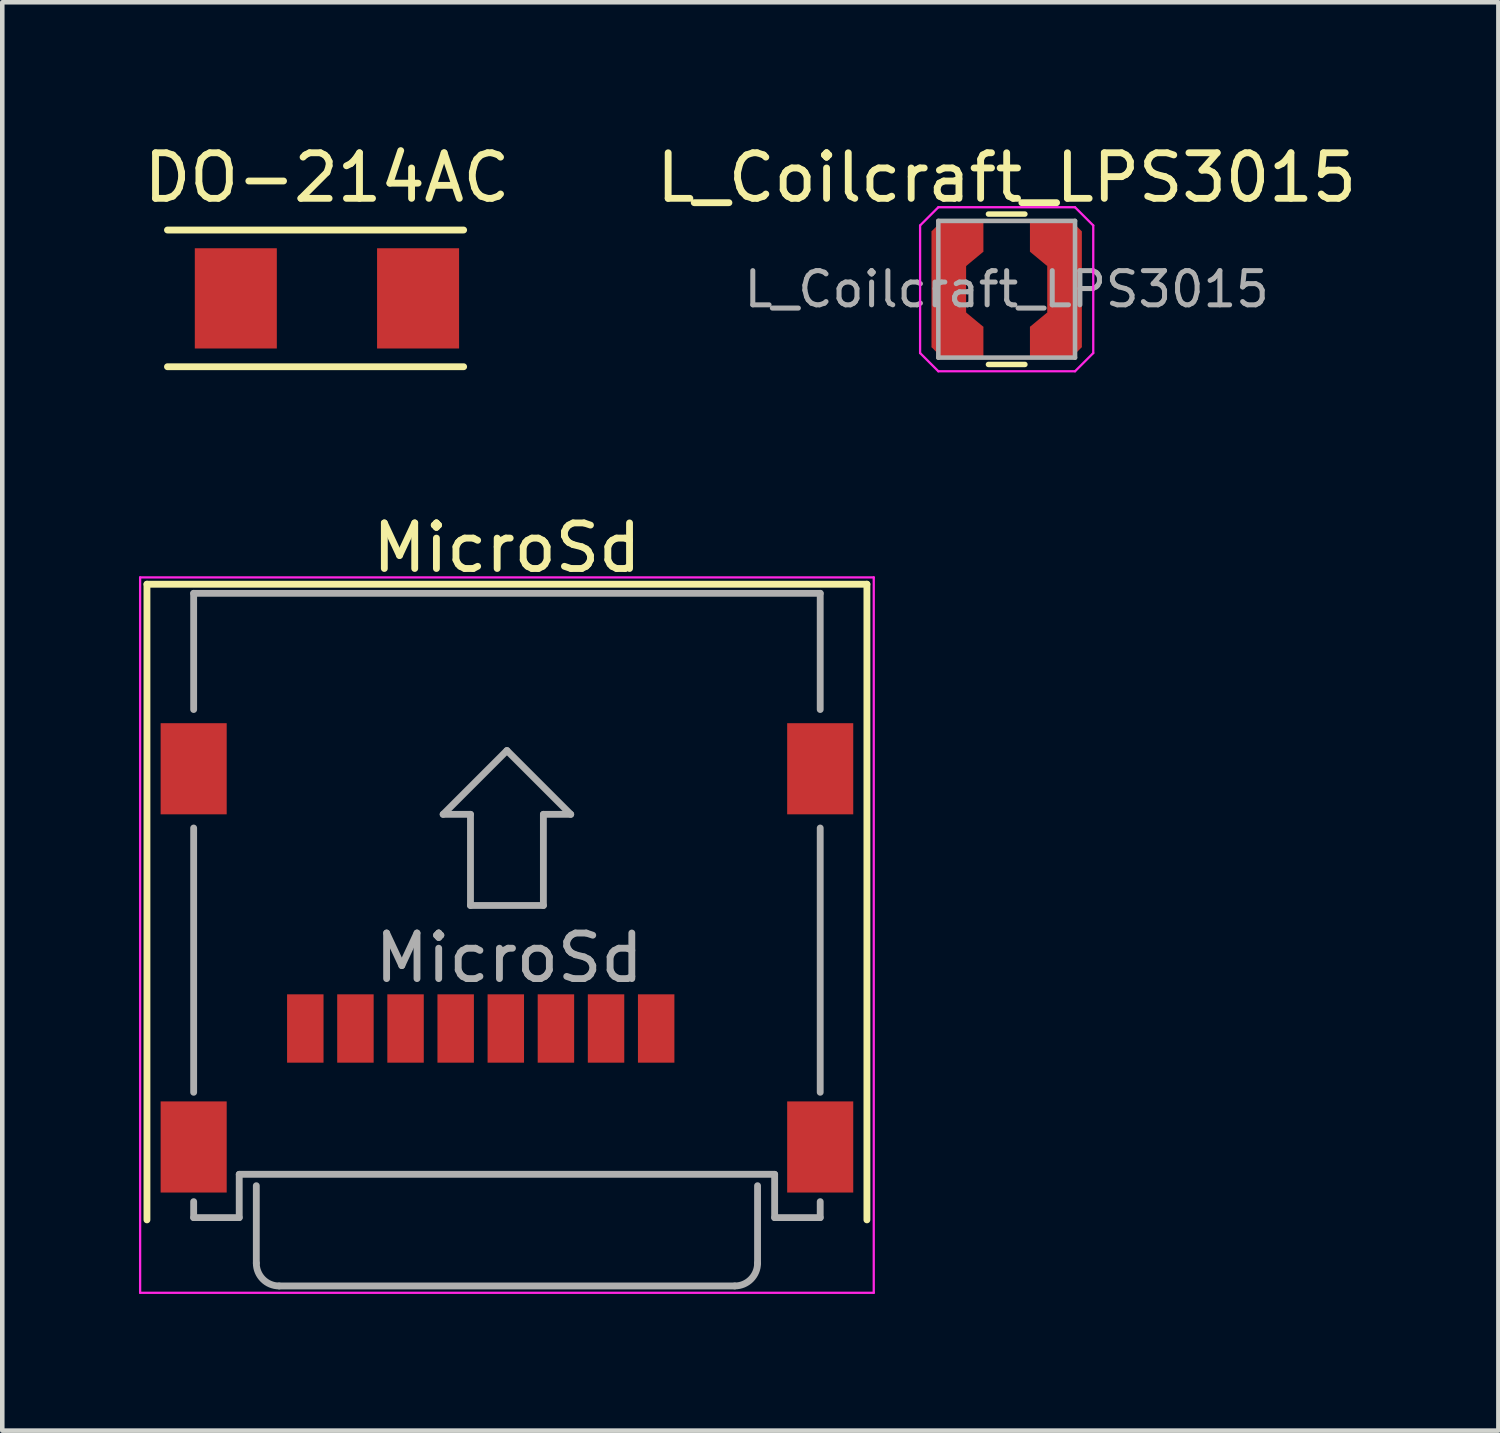
<source format=kicad_pcb>
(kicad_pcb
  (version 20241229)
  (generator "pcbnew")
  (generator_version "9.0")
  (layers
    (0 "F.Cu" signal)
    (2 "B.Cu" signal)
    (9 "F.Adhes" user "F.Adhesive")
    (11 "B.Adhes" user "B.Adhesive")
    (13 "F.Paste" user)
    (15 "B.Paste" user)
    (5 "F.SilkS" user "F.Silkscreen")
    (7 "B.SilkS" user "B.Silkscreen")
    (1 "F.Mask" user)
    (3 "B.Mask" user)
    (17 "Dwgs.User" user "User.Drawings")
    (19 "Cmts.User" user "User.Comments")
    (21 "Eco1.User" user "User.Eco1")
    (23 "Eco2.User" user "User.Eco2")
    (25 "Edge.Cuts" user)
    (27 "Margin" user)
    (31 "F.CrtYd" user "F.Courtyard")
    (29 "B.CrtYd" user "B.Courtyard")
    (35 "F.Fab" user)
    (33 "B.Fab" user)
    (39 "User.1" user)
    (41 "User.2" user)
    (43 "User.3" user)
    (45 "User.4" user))
  (footprint "L_Coilcraft_LPS3015"
    (layer "F.Cu")
    (at 19.042 3.298)
    (property "Reference" "L_Coilcraft_LPS3015" (at 0 -2.45 0) (layer "F.SilkS") (effects (font (size 1 1) (thickness 0.15))))
    (attr smd)
    (fp_line (start -0.4 -1.65) (end 0.4 -1.65) (stroke (width 0.12) (type solid)) (layer "F.SilkS"))
    (fp_line (start -0.4 1.65) (end 0.4 1.65) (stroke (width 0.12) (type solid)) (layer "F.SilkS"))
    (fp_line (start -1.9 -1.4) (end -1.5 -1.8) (stroke (width 0.05) (type solid)) (layer "F.CrtYd"))
    (fp_line (start -1.9 1.4) (end -1.9 -1.4) (stroke (width 0.05) (type solid)) (layer "F.CrtYd"))
    (fp_line (start -1.5 -1.8) (end 1.5 -1.8) (stroke (width 0.05) (type solid)) (layer "F.CrtYd"))
    (fp_line (start -1.5 1.8) (end -1.9 1.4) (stroke (width 0.05) (type solid)) (layer "F.CrtYd"))
    (fp_line (start 1.5 -1.8) (end 1.9 -1.4) (stroke (width 0.05) (type solid)) (layer "F.CrtYd"))
    (fp_line (start 1.5 1.8) (end -1.5 1.8) (stroke (width 0.05) (type solid)) (layer "F.CrtYd"))
    (fp_line (start 1.9 -1.4) (end 1.9 1.4) (stroke (width 0.05) (type solid)) (layer "F.CrtYd"))
    (fp_line (start 1.9 1.4) (end 1.5 1.8) (stroke (width 0.05) (type solid)) (layer "F.CrtYd"))
    (fp_line (start -1.5 1.5) (end -1.5 -1.5) (stroke (width 0.1) (type solid)) (layer "F.Fab"))
    (fp_line (start -1.5 1.5) (end 1.5 1.5) (stroke (width 0.1) (type solid)) (layer "F.Fab"))
    (fp_line (start 1.5 -1.5) (end -1.5 -1.5) (stroke (width 0.1) (type solid)) (layer "F.Fab"))
    (fp_line (start 1.5 1.5) (end 1.5 -1.5) (stroke (width 0.1) (type solid)) (layer "F.Fab"))
    (fp_text user "${REFERENCE}" (at 0 0 0) (layer "F.Fab") (effects (font (size 0.75 0.75) (thickness 0.11))))
    (pad "1" smd rect (at -1.395 -1.27 45) (size 0.361 0.361) (layers "F.Cu" "F.Mask" "F.Paste"))
    (pad "1" smd rect (at -1.395 1.27 45) (size 0.361 0.361) (layers "F.Cu" "F.Mask" "F.Paste"))
    (pad "1" smd rect (at -1.27 0) (size 0.76 2.54) (layers "F.Cu" "F.Mask" "F.Paste"))
    (pad "1" smd rect (at -0.953 -1.175) (size 0.885 0.7) (layers "F.Cu" "F.Mask" "F.Paste"))
    (pad "1" smd rect (at -0.953 1.175) (size 0.885 0.7) (layers "F.Cu" "F.Mask" "F.Paste"))
    (pad "1" smd rect (at -0.858 -0.857 39.7) (size 0.494 0.494) (layers "F.Cu" "F.Mask" "F.Paste"))
    (pad "1" smd rect (at -0.858 0.857 320.3) (size 0.494 0.494) (layers "F.Cu" "F.Mask" "F.Paste"))
    (pad "2" smd rect (at 0.858 -0.857 320.3) (size 0.494 0.494) (layers "F.Cu" "F.Mask" "F.Paste"))
    (pad "2" smd rect (at 0.858 0.857 39.7) (size 0.494 0.494) (layers "F.Cu" "F.Mask" "F.Paste"))
    (pad "2" smd rect (at 0.953 -1.175) (size 0.885 0.7) (layers "F.Cu" "F.Mask" "F.Paste"))
    (pad "2" smd rect (at 0.953 1.175) (size 0.885 0.7) (layers "F.Cu" "F.Mask" "F.Paste"))
    (pad "2" smd rect (at 1.27 0) (size 0.76 2.54) (layers "F.Cu" "F.Mask" "F.Paste"))
    (pad "2" smd rect (at 1.395 -1.27 45) (size 0.361 0.361) (layers "F.Cu" "F.Mask" "F.Paste"))
    (pad "2" smd rect (at 1.395 1.27 45) (size 0.361 0.361) (layers "F.Cu" "F.Mask" "F.Paste")))
  (footprint "MicroSd"
    (layer "F.Cu")
    (at 8.075 17.971)
    (property "Reference" "MicroSd" (at 0 -9 0) (layer "F.SilkS") (effects (font (size 1 1) (thickness 0.15))))
    (attr smd)
    (fp_line (start -7.9 -8.2) (end -7.9 5.75) (stroke (width 0.15) (type solid)) (layer "F.SilkS"))
    (fp_line (start 7.9 -8.2) (end -7.9 -8.2) (stroke (width 0.15) (type solid)) (layer "F.SilkS"))
    (fp_line (start 7.9 5.75) (end 7.9 -8.2) (stroke (width 0.15) (type solid)) (layer "F.SilkS"))
    (fp_line (start -8.05 -8.35) (end 8.05 -8.35) (stroke (width 0.05) (type solid)) (layer "F.CrtYd"))
    (fp_line (start -8.05 7.35) (end -8.05 -8.35) (stroke (width 0.05) (type solid)) (layer "F.CrtYd"))
    (fp_line (start 8.05 -8.35) (end 8.05 7.35) (stroke (width 0.05) (type solid)) (layer "F.CrtYd"))
    (fp_line (start 8.05 7.35) (end -8.05 7.35) (stroke (width 0.05) (type solid)) (layer "F.CrtYd"))
    (fp_line (start -6.875 -8) (end -6.875 -5.45) (stroke (width 0.15) (type solid)) (layer "F.Fab"))
    (fp_line (start -6.875 -2.85) (end -6.875 2.95) (stroke (width 0.15) (type solid)) (layer "F.Fab"))
    (fp_line (start -6.875 5.7) (end -6.875 5.35) (stroke (width 0.15) (type solid)) (layer "F.Fab"))
    (fp_line (start -5.875 4.75) (end -5.875 5.7) (stroke (width 0.15) (type solid)) (layer "F.Fab"))
    (fp_line (start -5.875 5.7) (end -6.875 5.7) (stroke (width 0.15) (type solid)) (layer "F.Fab"))
    (fp_line (start -5.5 6.7) (end -5.5 5) (stroke (width 0.15) (type solid)) (layer "F.Fab"))
    (fp_line (start -1.4 -3.15) (end 0 -4.55) (stroke (width 0.15) (type solid)) (layer "F.Fab"))
    (fp_line (start -0.8 -3.15) (end -1.4 -3.15) (stroke (width 0.15) (type solid)) (layer "F.Fab"))
    (fp_line (start -0.8 -1.15) (end -0.8 -3.15) (stroke (width 0.15) (type solid)) (layer "F.Fab"))
    (fp_line (start 0 -4.55) (end 1.4 -3.15) (stroke (width 0.15) (type solid)) (layer "F.Fab"))
    (fp_line (start 0.8 -3.15) (end 0.8 -1.15) (stroke (width 0.15) (type solid)) (layer "F.Fab"))
    (fp_line (start 0.8 -1.15) (end -0.8 -1.15) (stroke (width 0.15) (type solid)) (layer "F.Fab"))
    (fp_line (start 1.4 -3.15) (end 0.8 -3.15) (stroke (width 0.15) (type solid)) (layer "F.Fab"))
    (fp_line (start 5 7.2) (end -5 7.2) (stroke (width 0.15) (type solid)) (layer "F.Fab"))
    (fp_line (start 5.5 6.7) (end 5.5 5) (stroke (width 0.15) (type solid)) (layer "F.Fab"))
    (fp_line (start 5.875 4.75) (end -5.875 4.75) (stroke (width 0.15) (type solid)) (layer "F.Fab"))
    (fp_line (start 5.875 5.7) (end 5.875 4.75) (stroke (width 0.15) (type solid)) (layer "F.Fab"))
    (fp_line (start 6.875 -8) (end -6.875 -8) (stroke (width 0.15) (type solid)) (layer "F.Fab"))
    (fp_line (start 6.875 -5.45) (end 6.875 -8) (stroke (width 0.15) (type solid)) (layer "F.Fab"))
    (fp_line (start 6.875 -2.85) (end 6.875 2.95) (stroke (width 0.15) (type solid)) (layer "F.Fab"))
    (fp_line (start 6.875 5.35) (end 6.875 5.7) (stroke (width 0.15) (type solid)) (layer "F.Fab"))
    (fp_line (start 6.875 5.7) (end 5.875 5.7) (stroke (width 0.15) (type solid)) (layer "F.Fab"))
    (fp_arc (start -5 7.2) (mid -5.353553 7.053553) (end -5.5 6.7) (stroke (width 0.15) (type solid)) (layer "F.Fab"))
    (fp_arc (start 5.5 6.7) (mid 5.353553 7.053553) (end 5 7.2) (stroke (width 0.15) (type solid)) (layer "F.Fab"))
    (fp_text user "${REFERENCE}" (at 0.05 0 0) (layer "F.Fab") (effects (font (size 1 1) (thickness 0.15))))
    (pad "1" smd rect (at 3.275 1.55) (size 0.8 1.5) (layers "F.Cu" "F.Mask" "F.Paste"))
    (pad "2" smd rect (at 2.175 1.55) (size 0.8 1.5) (layers "F.Cu" "F.Mask" "F.Paste"))
    (pad "3" smd rect (at 1.075 1.55) (size 0.8 1.5) (layers "F.Cu" "F.Mask" "F.Paste"))
    (pad "4" smd rect (at -0.025 1.55) (size 0.8 1.5) (layers "F.Cu" "F.Mask" "F.Paste"))
    (pad "5" smd rect (at -1.125 1.55) (size 0.8 1.5) (layers "F.Cu" "F.Mask" "F.Paste"))
    (pad "6" smd rect (at -2.225 1.55) (size 0.8 1.5) (layers "F.Cu" "F.Mask" "F.Paste"))
    (pad "7" smd rect (at -3.325 1.55) (size 0.8 1.5) (layers "F.Cu" "F.Mask" "F.Paste"))
    (pad "8" smd rect (at -4.425 1.55) (size 0.8 1.5) (layers "F.Cu" "F.Mask" "F.Paste"))
    (pad "9" smd rect (at -6.875 -4.15) (size 1.45 2) (layers "F.Cu" "F.Mask" "F.Paste"))
    (pad "9" smd rect (at -6.875 4.15) (size 1.45 2) (layers "F.Cu" "F.Mask" "F.Paste"))
    (pad "9" smd rect (at 6.875 -4.15) (size 1.45 2) (layers "F.Cu" "F.Mask" "F.Paste"))
    (pad "9" smd rect (at 6.875 4.15) (size 1.45 2) (layers "F.Cu" "F.Mask" "F.Paste")))
  (footprint "DO-214AC"
    (layer "F.Cu")
    (at 4.125 3.498)
    (property "Reference" "DO-214AC" (at 0 -2.65 0) (layer "F.SilkS") (effects (font (size 1 1) (thickness 0.15))))
    (attr smd)
    (fp_line (start -3.5 -1.5) (end 3 -1.5) (stroke (width 0.15) (type solid)) (layer "F.SilkS"))
    (fp_line (start -3.5 1.5) (end 3 1.5) (stroke (width 0.15) (type solid)) (layer "F.SilkS"))
    (pad "1" smd rect (at -2 0) (size 1.8 2.2) (layers "F.Cu" "F.Mask" "F.Paste"))
    (pad "2" smd rect (at 2 0) (size 1.8 2.2) (layers "F.Cu" "F.Mask" "F.Paste")))
  (gr_rect
    (start -3 -3)
    (end 29.833 28.346)
    (stroke (width 0.1) (type default))
    (fill no)
    (layer "Edge.Cuts")))
</source>
